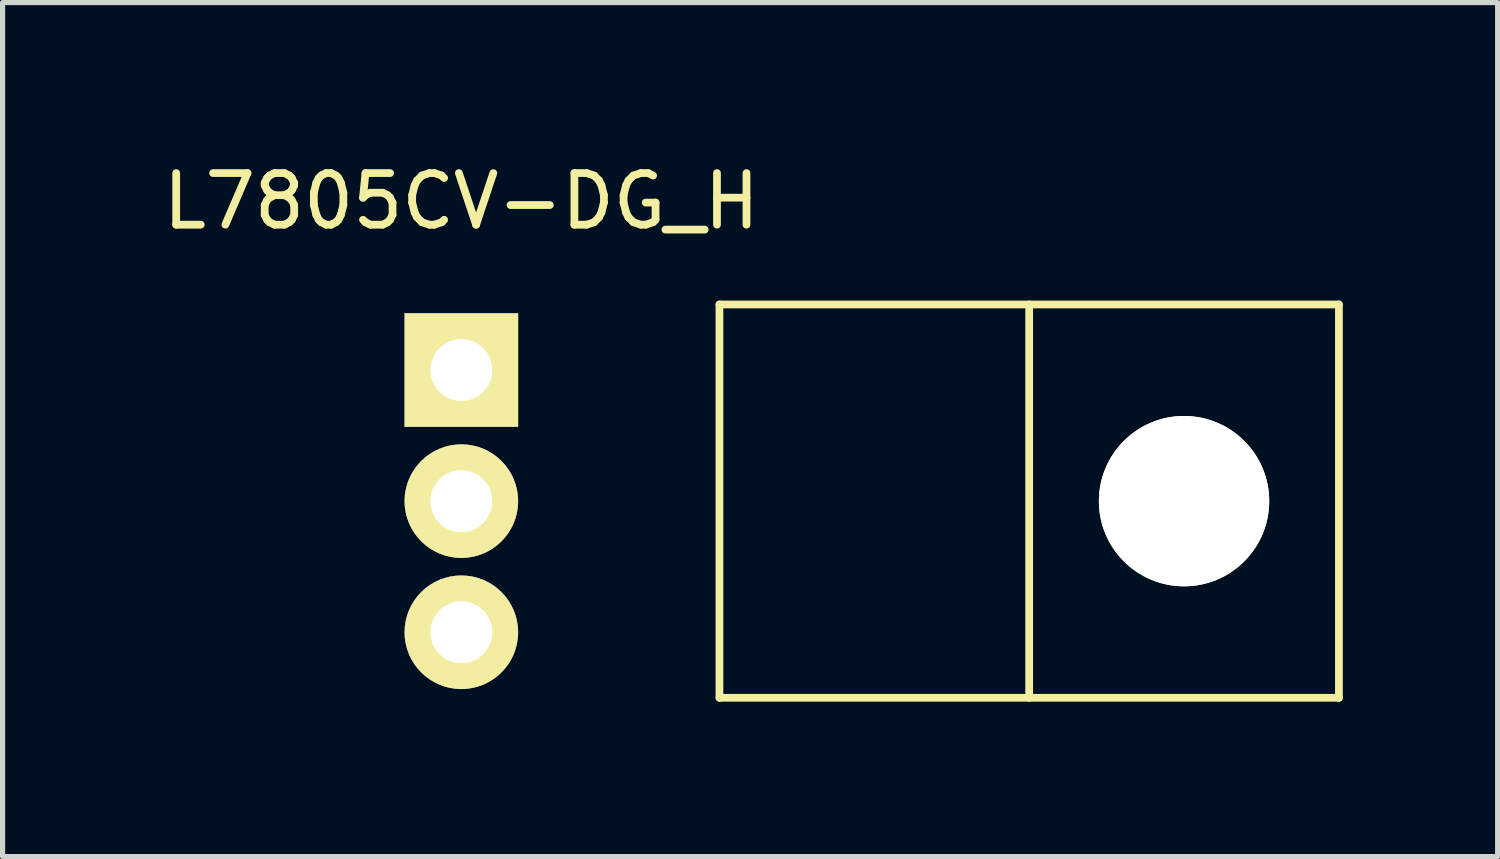
<source format=kicad_pcb>
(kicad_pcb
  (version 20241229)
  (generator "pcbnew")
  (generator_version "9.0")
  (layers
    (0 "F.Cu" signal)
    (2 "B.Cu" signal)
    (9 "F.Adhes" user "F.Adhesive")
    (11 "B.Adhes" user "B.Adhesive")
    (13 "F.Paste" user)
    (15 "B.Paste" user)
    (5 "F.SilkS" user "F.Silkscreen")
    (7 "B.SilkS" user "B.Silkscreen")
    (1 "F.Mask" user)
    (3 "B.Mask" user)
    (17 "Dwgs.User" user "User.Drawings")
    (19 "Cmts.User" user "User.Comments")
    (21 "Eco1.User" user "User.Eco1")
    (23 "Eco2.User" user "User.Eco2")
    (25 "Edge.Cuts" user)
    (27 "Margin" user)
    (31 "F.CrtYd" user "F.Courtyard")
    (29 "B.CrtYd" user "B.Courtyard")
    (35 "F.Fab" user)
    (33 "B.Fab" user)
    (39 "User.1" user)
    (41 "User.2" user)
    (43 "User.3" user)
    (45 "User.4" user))
  (footprint "L7805CV-DG_H"
    (layer "F.Cu")
    (at 5.887 4.118)
    (property "Reference" "L7805CV-DG_H" (at 0 -3.27 0) (layer "F.SilkS") (effects (font (size 1 1) (thickness 0.15))))
    (attr through_hole)
    (fp_line (start 5 -1.27) (end 5 6.35) (stroke (width 0.15) (type solid)) (layer "F.SilkS"))
    (fp_line (start 5 -1.27) (end 17 -1.27) (stroke (width 0.15) (type solid)) (layer "F.SilkS"))
    (fp_line (start 5 6.35) (end 17 6.35) (stroke (width 0.15) (type solid)) (layer "F.SilkS"))
    (fp_line (start 11 -1.27) (end 11 6.35) (stroke (width 0.15) (type solid)) (layer "F.SilkS"))
    (fp_line (start 17 -1.27) (end 17 6.35) (stroke (width 0.15) (type solid)) (layer "F.SilkS"))
    (pad "" np_thru_hole circle (at 14 2.54) (size 3.3 3.3) (drill 3.3) (layers "*.Cu" "*.Mask" "F.SilkS"))
    (pad "1" thru_hole rect (at 0 0) (size 2.2 2.2) (drill 1.2) (layers "*.Cu" "*.Mask" "F.SilkS"))
    (pad "2" thru_hole circle (at 0 2.54) (size 2.2 2.2) (drill 1.2) (layers "*.Cu" "*.Mask" "F.SilkS"))
    (pad "3" thru_hole circle (at 0 5.08) (size 2.2 2.2) (drill 1.2) (layers "*.Cu" "*.Mask" "F.SilkS")))
  (gr_rect
    (start -3 -3)
    (end 25.962 13.543)
    (stroke (width 0.1) (type default))
    (fill no)
    (layer "Edge.Cuts")))
</source>
